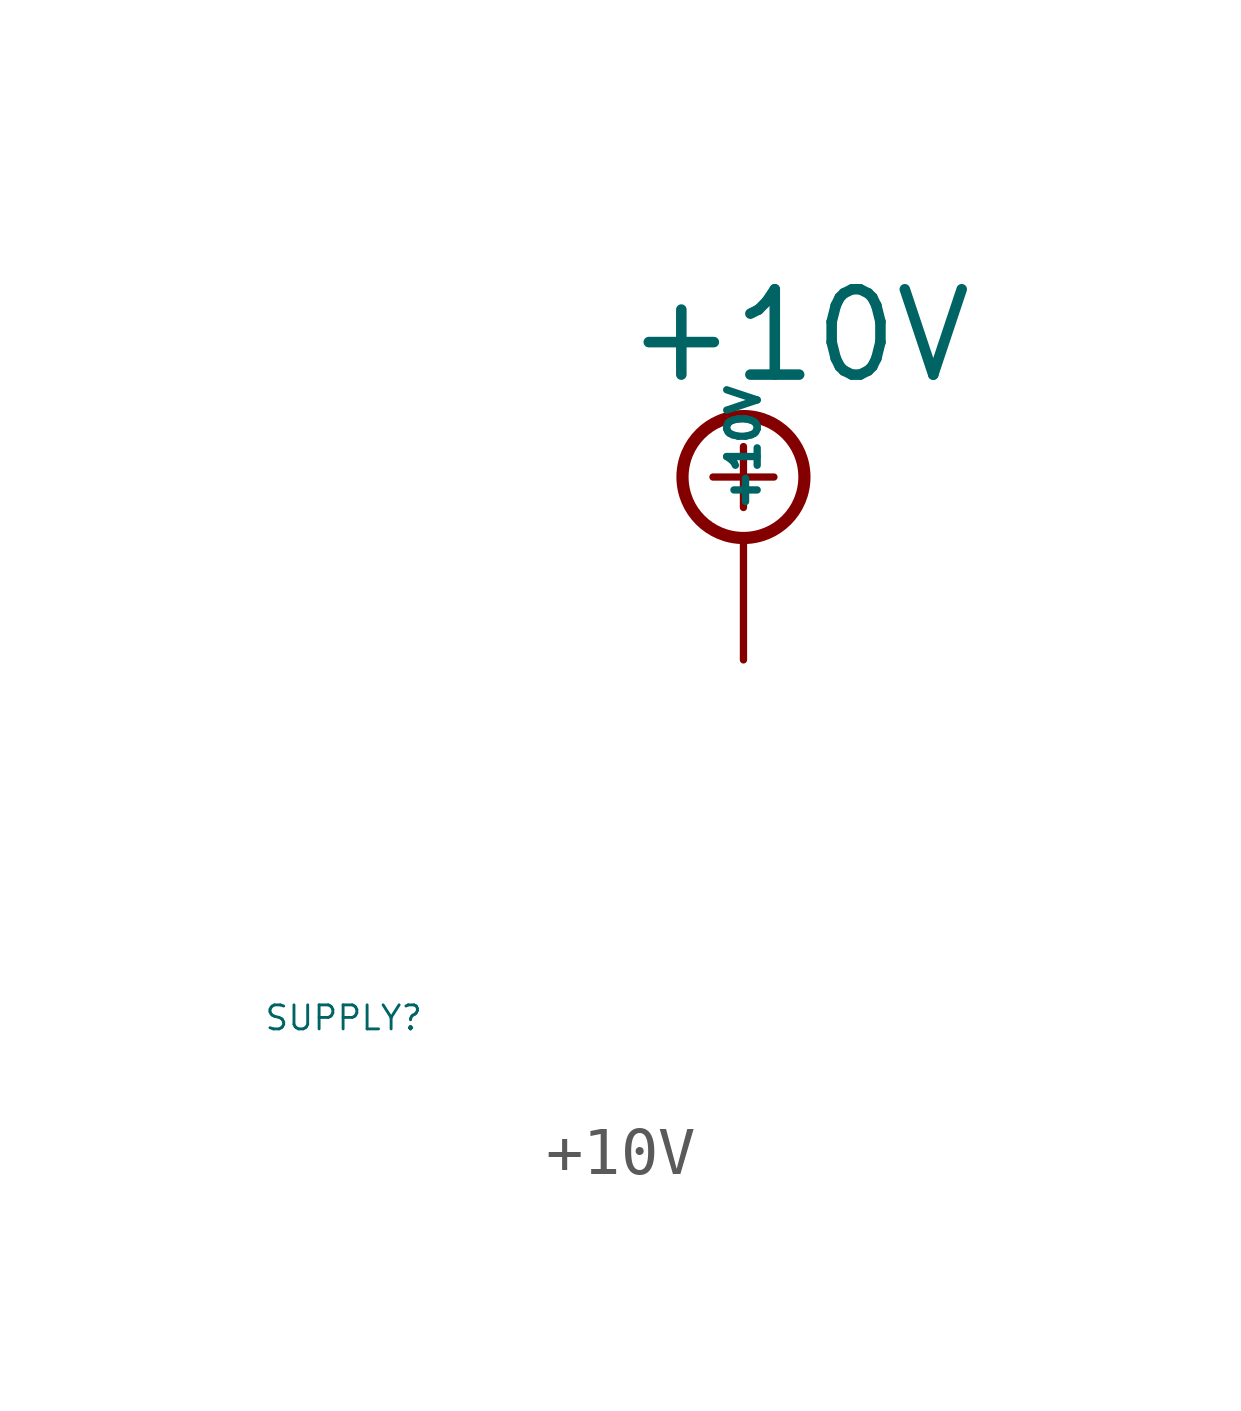
<source format=kicad_sym>
(kicad_symbol_lib
  (version 20220914)
  (generator Eagle2Kicad)
  (symbol "+10V"
    (property "Reference" "SUPPLY"
      (at -10 -10 0)
      (effects (font (size 0.5 0.5) (thickness 0.06)) (justify left)))
    (property "Value" "+10V"
      (at -2.54 3.175 0)
      (effects (font (size 1.778 1.778) (thickness 0.22)) (justify left bottom)))
    (polyline
      (pts (xy -0.635 1.27) (xy 0.635 1.27))
      (stroke (width 0.152) (type default))
      (fill (type none)))
    (polyline
      (pts (xy 0 0.635) (xy 0 1.905))
      (stroke (width 0.152) (type default))
      (fill (type none)))
    (circle
      (center 0 1.27)
      (radius 1.27)
      (stroke (width 0.254) (type default))
      (fill (type none)))
    (pin unspecified line
      (at 0 -2.54 90)
      (length 2.54)
      (name "+10V" (effects (font (size 0.635 0.635) (thickness 0.08)) (justify left bottom)))
      (number "" (effects (font (size 0.635 0.635) (thickness 0.08)) (justify left bottom))))))
</source>
